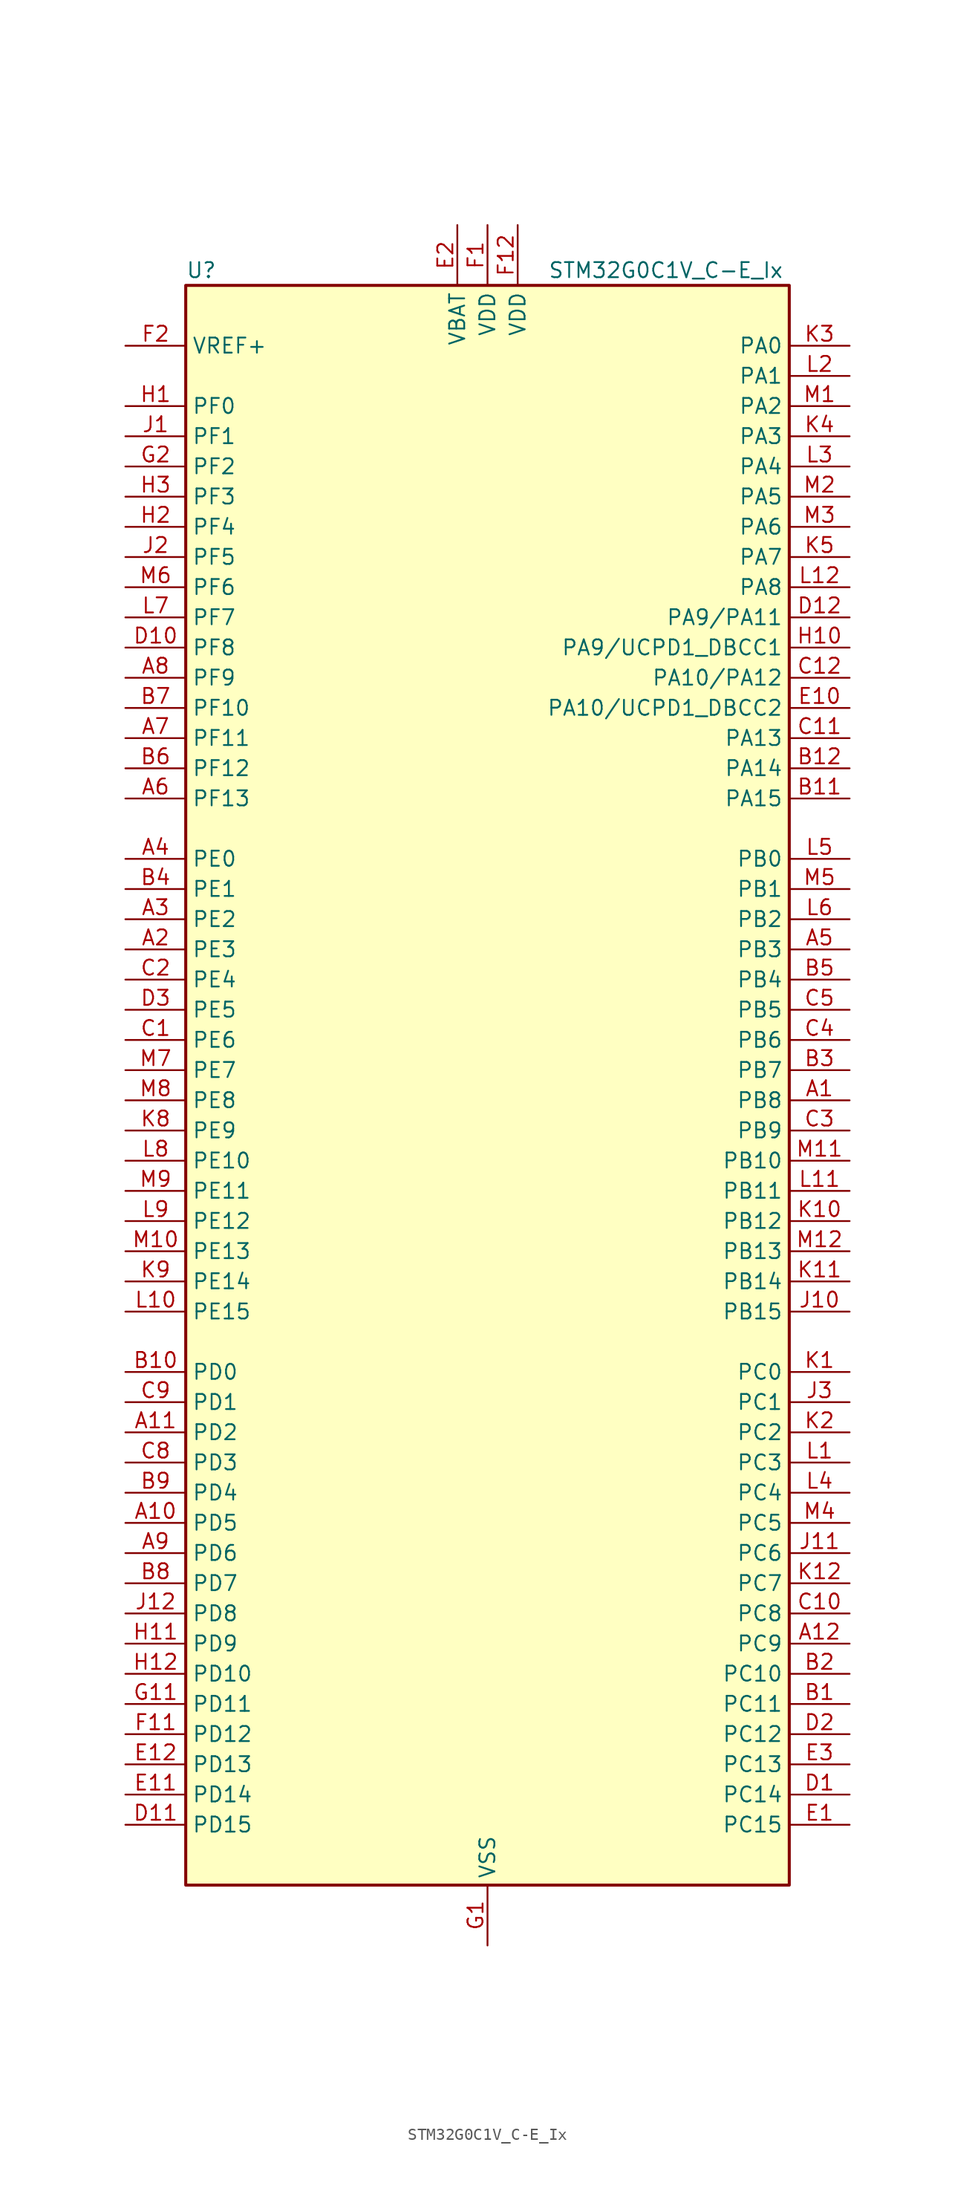
<source format=kicad_sym>
(kicad_symbol_lib
  (version 20231120)
  (generator "kicad-library-utils")
  (generator_version "8.0")
  (symbol "STM32G0C1V_C-E_Ix"
    (property "Reference" "U"
      (at -25.4 69.85 0)
      (effects (font (size 1.27 1.27)) (justify left)))
    (property "Value" "STM32G0C1V_C-E_Ix"
      (at 5.08 69.85 0)
      (effects (font (size 1.27 1.27)) (justify left)))
    (symbol "STM32G0C1V_C-E_Ix_0_1"
      (rectangle (start -25.4 -66.04) (end 25.4 68.58) (stroke (width 0.254) (type default)) (fill (type background))))
    (symbol "STM32G0C1V_C-E_Ix_1_1"
      (pin bidirectional line (at 30.48 0 180) (length 5.08) (name "PB8" (effects (font (size 1.27 1.27)))) (number "A1" (effects (font (size 1.27 1.27)))) (alternate "CEC" bidirectional line) (alternate "FDCAN1_RX" bidirectional line) (alternate "I2C1_SCL" bidirectional line) (alternate "I2S2_CK" bidirectional line) (alternate "SPI2_SCK" bidirectional line) (alternate "TIM15_BK" bidirectional line) (alternate "TIM16_CH1" bidirectional line) (alternate "TIM4_CH3" bidirectional line) (alternate "USART3_TX" bidirectional line) (alternate "USART6_TX" bidirectional line))
      (pin bidirectional line (at -30.48 -35.56 0) (length 5.08) (name "PD5" (effects (font (size 1.27 1.27)))) (number "A10" (effects (font (size 1.27 1.27)))) (alternate "I2S1_MCK" bidirectional line) (alternate "SPI1_MISO" bidirectional line) (alternate "TIM1_BK" bidirectional line) (alternate "USART2_TX" bidirectional line) (alternate "USART5_CTS" bidirectional line) (alternate "USART5_NSS" bidirectional line))
      (pin bidirectional line (at -30.48 -27.94 0) (length 5.08) (name "PD2" (effects (font (size 1.27 1.27)))) (number "A11" (effects (font (size 1.27 1.27)))) (alternate "TIM1_CH1N" bidirectional line) (alternate "TIM3_ETR" bidirectional line) (alternate "UCPD2_CC2" bidirectional line) (alternate "USART3_CK" bidirectional line) (alternate "USART3_DE" bidirectional line) (alternate "USART3_RTS" bidirectional line) (alternate "USART5_RX" bidirectional line))
      (pin bidirectional line (at 30.48 -45.72 180) (length 5.08) (name "PC9" (effects (font (size 1.27 1.27)))) (number "A12" (effects (font (size 1.27 1.27)))) (alternate "DAC1_EXTI9" bidirectional line) (alternate "I2S_CKIN" bidirectional line) (alternate "LPUART2_DE" bidirectional line) (alternate "LPUART2_RTS" bidirectional line) (alternate "TIM1_CH2" bidirectional line) (alternate "TIM3_CH4" bidirectional line) (alternate "USB_NOE" bidirectional line))
      (pin bidirectional line (at -30.48 12.7 0) (length 5.08) (name "PE3" (effects (font (size 1.27 1.27)))) (number "A2" (effects (font (size 1.27 1.27)))) (alternate "TIM3_CH1" bidirectional line))
      (pin bidirectional line (at -30.48 15.24 0) (length 5.08) (name "PE2" (effects (font (size 1.27 1.27)))) (number "A3" (effects (font (size 1.27 1.27)))) (alternate "TIM3_ETR" bidirectional line))
      (pin bidirectional line (at -30.48 20.32 0) (length 5.08) (name "PE0" (effects (font (size 1.27 1.27)))) (number "A4" (effects (font (size 1.27 1.27)))) (alternate "TIM16_CH1" bidirectional line) (alternate "TIM4_ETR" bidirectional line))
      (pin bidirectional line (at 30.48 12.7 180) (length 5.08) (name "PB3" (effects (font (size 1.27 1.27)))) (number "A5" (effects (font (size 1.27 1.27)))) (alternate "COMP2_INM" bidirectional line) (alternate "I2C2_SCL" bidirectional line) (alternate "I2C3_SCL" bidirectional line) (alternate "I2S1_CK" bidirectional line) (alternate "SPI1_SCK" bidirectional line) (alternate "SPI3_SCK" bidirectional line) (alternate "TIM1_CH2" bidirectional line) (alternate "TIM2_CH2" bidirectional line) (alternate "USART1_CK" bidirectional line) (alternate "USART1_DE" bidirectional line) (alternate "USART1_RTS" bidirectional line) (alternate "USART5_TX" bidirectional line))
      (pin bidirectional line (at -30.48 25.4 0) (length 5.08) (name "PF13" (effects (font (size 1.27 1.27)))) (number "A6" (effects (font (size 1.27 1.27)))) (alternate "TIM15_CH2" bidirectional line))
      (pin bidirectional line (at -30.48 30.48 0) (length 5.08) (name "PF11" (effects (font (size 1.27 1.27)))) (number "A7" (effects (font (size 1.27 1.27)))) (alternate "ADC1_EXTI11" bidirectional line) (alternate "USART6_CK" bidirectional line) (alternate "USART6_DE" bidirectional line) (alternate "USART6_RTS" bidirectional line))
      (pin bidirectional line (at -30.48 35.56 0) (length 5.08) (name "PF9" (effects (font (size 1.27 1.27)))) (number "A8" (effects (font (size 1.27 1.27)))) (alternate "DAC1_EXTI9" bidirectional line) (alternate "USART6_TX" bidirectional line))
      (pin bidirectional line (at -30.48 -38.1 0) (length 5.08) (name "PD6" (effects (font (size 1.27 1.27)))) (number "A9" (effects (font (size 1.27 1.27)))) (alternate "I2S1_SD" bidirectional line) (alternate "LPTIM2_OUT" bidirectional line) (alternate "SPI1_MOSI" bidirectional line) (alternate "USART2_RX" bidirectional line))
      (pin bidirectional line (at 30.48 -50.8 180) (length 5.08) (name "PC11" (effects (font (size 1.27 1.27)))) (number "B1" (effects (font (size 1.27 1.27)))) (alternate "ADC1_EXTI11" bidirectional line) (alternate "SPI3_MISO" bidirectional line) (alternate "TIM1_CH4" bidirectional line) (alternate "USART3_RX" bidirectional line) (alternate "USART4_RX" bidirectional line))
      (pin bidirectional line (at -30.48 -22.86 0) (length 5.08) (name "PD0" (effects (font (size 1.27 1.27)))) (number "B10" (effects (font (size 1.27 1.27)))) (alternate "FDCAN1_RX" bidirectional line) (alternate "I2S2_WS" bidirectional line) (alternate "SPI2_NSS" bidirectional line) (alternate "TIM16_CH1" bidirectional line) (alternate "UCPD2_CC1" bidirectional line))
      (pin bidirectional line (at 30.48 25.4 180) (length 5.08) (name "PA15" (effects (font (size 1.27 1.27)))) (number "B11" (effects (font (size 1.27 1.27)))) (alternate "I2C2_SMBA" bidirectional line) (alternate "I2S1_WS" bidirectional line) (alternate "RCC_MCO_2" bidirectional line) (alternate "SPI1_NSS" bidirectional line) (alternate "SPI3_NSS" bidirectional line) (alternate "TIM2_CH1" bidirectional line) (alternate "TIM2_ETR" bidirectional line) (alternate "USART2_RX" bidirectional line) (alternate "USART3_CK" bidirectional line) (alternate "USART3_DE" bidirectional line) (alternate "USART3_RTS" bidirectional line) (alternate "USART4_CK" bidirectional line) (alternate "USART4_DE" bidirectional line) (alternate "USART4_RTS" bidirectional line) (alternate "USB_NOE" bidirectional line))
      (pin bidirectional line (at 30.48 27.94 180) (length 5.08) (name "PA14" (effects (font (size 1.27 1.27)))) (number "B12" (effects (font (size 1.27 1.27)))) (alternate "LPUART2_TX" bidirectional line) (alternate "SYS_SWCLK" bidirectional line) (alternate "USART2_TX" bidirectional line))
      (pin bidirectional line (at 30.48 -48.26 180) (length 5.08) (name "PC10" (effects (font (size 1.27 1.27)))) (number "B2" (effects (font (size 1.27 1.27)))) (alternate "SPI3_SCK" bidirectional line) (alternate "TIM1_CH3" bidirectional line) (alternate "USART3_TX" bidirectional line) (alternate "USART4_TX" bidirectional line))
      (pin bidirectional line (at 30.48 2.54 180) (length 5.08) (name "PB7" (effects (font (size 1.27 1.27)))) (number "B3" (effects (font (size 1.27 1.27)))) (alternate "COMP2_INM" bidirectional line) (alternate "I2C1_SDA" bidirectional line) (alternate "I2S2_SD" bidirectional line) (alternate "LPTIM1_IN2" bidirectional line) (alternate "LPUART2_RX" bidirectional line) (alternate "SPI2_MOSI" bidirectional line) (alternate "SYS_PVD_IN" bidirectional line) (alternate "TIM17_CH1N" bidirectional line) (alternate "TIM4_CH2" bidirectional line) (alternate "USART1_RX" bidirectional line) (alternate "USART4_CTS" bidirectional line) (alternate "USART4_NSS" bidirectional line))
      (pin bidirectional line (at -30.48 17.78 0) (length 5.08) (name "PE1" (effects (font (size 1.27 1.27)))) (number "B4" (effects (font (size 1.27 1.27)))) (alternate "TIM17_CH1" bidirectional line))
      (pin bidirectional line (at 30.48 10.16 180) (length 5.08) (name "PB4" (effects (font (size 1.27 1.27)))) (number "B5" (effects (font (size 1.27 1.27)))) (alternate "COMP2_INP" bidirectional line) (alternate "I2C2_SDA" bidirectional line) (alternate "I2C3_SDA" bidirectional line) (alternate "I2S1_MCK" bidirectional line) (alternate "SPI1_MISO" bidirectional line) (alternate "SPI3_MISO" bidirectional line) (alternate "TIM17_BK" bidirectional line) (alternate "TIM3_CH1" bidirectional line) (alternate "USART1_CTS" bidirectional line) (alternate "USART1_NSS" bidirectional line) (alternate "USART5_RX" bidirectional line))
      (pin bidirectional line (at -30.48 27.94 0) (length 5.08) (name "PF12" (effects (font (size 1.27 1.27)))) (number "B6" (effects (font (size 1.27 1.27)))) (alternate "TIM15_CH1" bidirectional line) (alternate "USART6_CTS" bidirectional line) (alternate "USART6_NSS" bidirectional line))
      (pin bidirectional line (at -30.48 33.02 0) (length 5.08) (name "PF10" (effects (font (size 1.27 1.27)))) (number "B7" (effects (font (size 1.27 1.27)))) (alternate "USART6_RX" bidirectional line))
      (pin bidirectional line (at -30.48 -40.64 0) (length 5.08) (name "PD7" (effects (font (size 1.27 1.27)))) (number "B8" (effects (font (size 1.27 1.27)))) (alternate "RCC_MCO_2" bidirectional line))
      (pin bidirectional line (at -30.48 -33.02 0) (length 5.08) (name "PD4" (effects (font (size 1.27 1.27)))) (number "B9" (effects (font (size 1.27 1.27)))) (alternate "I2S2_SD" bidirectional line) (alternate "SPI2_MOSI" bidirectional line) (alternate "TIM1_CH3N" bidirectional line) (alternate "USART2_CK" bidirectional line) (alternate "USART2_DE" bidirectional line) (alternate "USART2_RTS" bidirectional line) (alternate "USART5_CK" bidirectional line) (alternate "USART5_DE" bidirectional line) (alternate "USART5_RTS" bidirectional line))
      (pin bidirectional line (at -30.48 5.08 0) (length 5.08) (name "PE6" (effects (font (size 1.27 1.27)))) (number "C1" (effects (font (size 1.27 1.27)))) (alternate "RTC_TAMP_IN3" bidirectional line) (alternate "SYS_WKUP3" bidirectional line) (alternate "TIM3_CH4" bidirectional line))
      (pin bidirectional line (at 30.48 -43.18 180) (length 5.08) (name "PC8" (effects (font (size 1.27 1.27)))) (number "C10" (effects (font (size 1.27 1.27)))) (alternate "LPUART2_CTS" bidirectional line) (alternate "TIM1_CH1" bidirectional line) (alternate "TIM3_CH3" bidirectional line) (alternate "UCPD2_FRSTX1" bidirectional line) (alternate "UCPD2_FRSTX2" bidirectional line))
      (pin bidirectional line (at 30.48 30.48 180) (length 5.08) (name "PA13" (effects (font (size 1.27 1.27)))) (number "C11" (effects (font (size 1.27 1.27)))) (alternate "IR_OUT" bidirectional line) (alternate "LPUART2_RX" bidirectional line) (alternate "SYS_SWDIO" bidirectional line) (alternate "USB_NOE" bidirectional line))
      (pin bidirectional line (at 30.48 35.56 180) (length 5.08) (name "PA10/PA12" (effects (font (size 1.27 1.27)))) (number "C12" (effects (font (size 1.27 1.27)))) (alternate "PA10" bidirectional line) (alternate "I2C1_SDA (PA10)" bidirectional line) (alternate "I2C2_SDA (PA10)" bidirectional line) (alternate "I2S2_SD (PA10)" bidirectional line) (alternate "RCC_MCO_2 (PA10)" bidirectional line) (alternate "SPI2_MOSI (PA10)" bidirectional line) (alternate "TIM17_BK (PA10)" bidirectional line) (alternate "TIM1_CH3 (PA10)" bidirectional line) (alternate "UCPD1_DBCC2 (PA10)" bidirectional line) (alternate "USART1_RX (PA10)" bidirectional line) (alternate "PA12" bidirectional line) (alternate "COMP2_OUT (PA12)" bidirectional line) (alternate "FDCAN1_TX (PA12)" bidirectional line) (alternate "I2C2_SDA (PA12)" bidirectional line) (alternate "I2S1_SD (PA12)" bidirectional line) (alternate "I2S_CKIN (PA12)" bidirectional line) (alternate "SPI1_MOSI (PA12)" bidirectional line) (alternate "TIM1_ETR (PA12)" bidirectional line) (alternate "USART1_CK (PA12)" bidirectional line) (alternate "USART1_DE (PA12)" bidirectional line) (alternate "USART1_RTS (PA12)" bidirectional line) (alternate "USB_DP (PA12)" bidirectional line))
      (pin bidirectional line (at -30.48 10.16 0) (length 5.08) (name "PE4" (effects (font (size 1.27 1.27)))) (number "C2" (effects (font (size 1.27 1.27)))) (alternate "TIM3_CH2" bidirectional line))
      (pin bidirectional line (at 30.48 -2.54 180) (length 5.08) (name "PB9" (effects (font (size 1.27 1.27)))) (number "C3" (effects (font (size 1.27 1.27)))) (alternate "DAC1_EXTI9" bidirectional line) (alternate "FDCAN1_TX" bidirectional line) (alternate "I2C1_SDA" bidirectional line) (alternate "I2S2_WS" bidirectional line) (alternate "IR_OUT" bidirectional line) (alternate "SPI2_NSS" bidirectional line) (alternate "TIM17_CH1" bidirectional line) (alternate "TIM4_CH4" bidirectional line) (alternate "UCPD2_FRSTX1" bidirectional line) (alternate "UCPD2_FRSTX2" bidirectional line) (alternate "USART3_RX" bidirectional line) (alternate "USART6_RX" bidirectional line))
      (pin bidirectional line (at 30.48 5.08 180) (length 5.08) (name "PB6" (effects (font (size 1.27 1.27)))) (number "C4" (effects (font (size 1.27 1.27)))) (alternate "COMP2_INP" bidirectional line) (alternate "FDCAN2_TX" bidirectional line) (alternate "I2C1_SCL" bidirectional line) (alternate "I2S2_MCK" bidirectional line) (alternate "LPTIM1_ETR" bidirectional line) (alternate "LPUART2_TX" bidirectional line) (alternate "SPI2_MISO" bidirectional line) (alternate "TIM16_CH1N" bidirectional line) (alternate "TIM1_CH3" bidirectional line) (alternate "TIM4_CH1" bidirectional line) (alternate "USART1_TX" bidirectional line) (alternate "USART5_CTS" bidirectional line) (alternate "USART5_NSS" bidirectional line))
      (pin bidirectional line (at 30.48 7.62 180) (length 5.08) (name "PB5" (effects (font (size 1.27 1.27)))) (number "C5" (effects (font (size 1.27 1.27)))) (alternate "COMP2_OUT" bidirectional line) (alternate "FDCAN2_RX" bidirectional line) (alternate "I2C1_SMBA" bidirectional line) (alternate "I2S1_SD" bidirectional line) (alternate "LPTIM1_IN1" bidirectional line) (alternate "SPI1_MOSI" bidirectional line) (alternate "SPI3_MOSI" bidirectional line) (alternate "SYS_WKUP6" bidirectional line) (alternate "TIM16_BK" bidirectional line) (alternate "TIM3_CH2" bidirectional line) (alternate "USART5_CK" bidirectional line) (alternate "USART5_DE" bidirectional line) (alternate "USART5_RTS" bidirectional line))
      (pin bidirectional line (at -30.48 -30.48 0) (length 5.08) (name "PD3" (effects (font (size 1.27 1.27)))) (number "C8" (effects (font (size 1.27 1.27)))) (alternate "I2S2_MCK" bidirectional line) (alternate "SPI2_MISO" bidirectional line) (alternate "TIM1_CH2N" bidirectional line) (alternate "UCPD2_DBCC2" bidirectional line) (alternate "USART2_CTS" bidirectional line) (alternate "USART2_NSS" bidirectional line) (alternate "USART5_TX" bidirectional line))
      (pin bidirectional line (at -30.48 -25.4 0) (length 5.08) (name "PD1" (effects (font (size 1.27 1.27)))) (number "C9" (effects (font (size 1.27 1.27)))) (alternate "FDCAN1_TX" bidirectional line) (alternate "I2S2_CK" bidirectional line) (alternate "SPI2_SCK" bidirectional line) (alternate "TIM17_CH1" bidirectional line) (alternate "UCPD2_DBCC1" bidirectional line))
      (pin bidirectional line (at 30.48 -58.42 180) (length 5.08) (name "PC14" (effects (font (size 1.27 1.27)))) (number "D1" (effects (font (size 1.27 1.27)))) (alternate "RCC_OSC32_IN" bidirectional line) (alternate "TIM1_BK2" bidirectional line))
      (pin bidirectional line (at -30.48 38.1 0) (length 5.08) (name "PF8" (effects (font (size 1.27 1.27)))) (number "D10" (effects (font (size 1.27 1.27)))))
      (pin bidirectional line (at -30.48 -60.96 0) (length 5.08) (name "PD15" (effects (font (size 1.27 1.27)))) (number "D11" (effects (font (size 1.27 1.27)))) (alternate "CRS1_SYNC" bidirectional line) (alternate "FDCAN2_TX" bidirectional line) (alternate "LPUART2_DE" bidirectional line) (alternate "LPUART2_RTS" bidirectional line) (alternate "TIM4_CH4" bidirectional line))
      (pin bidirectional line (at 30.48 40.64 180) (length 5.08) (name "PA9/PA11" (effects (font (size 1.27 1.27)))) (number "D12" (effects (font (size 1.27 1.27)))) (alternate "PA9" bidirectional line) (alternate "DAC1_EXTI9 (PA9)" bidirectional line) (alternate "I2C1_SCL (PA9)" bidirectional line) (alternate "I2C2_SCL (PA9)" bidirectional line) (alternate "I2S2_MCK (PA9)" bidirectional line) (alternate "RCC_MCO (PA9)" bidirectional line) (alternate "SPI2_MISO (PA9)" bidirectional line) (alternate "TIM15_BK (PA9)" bidirectional line) (alternate "TIM1_CH2 (PA9)" bidirectional line) (alternate "UCPD1_DBCC1 (PA9)" bidirectional line) (alternate "USART1_TX (PA9)" bidirectional line) (alternate "PA11" bidirectional line) (alternate "ADC1_EXTI11 (PA11)" bidirectional line) (alternate "COMP1_OUT (PA11)" bidirectional line) (alternate "FDCAN1_RX (PA11)" bidirectional line) (alternate "I2C2_SCL (PA11)" bidirectional line) (alternate "I2S1_MCK (PA11)" bidirectional line) (alternate "SPI1_MISO (PA11)" bidirectional line) (alternate "TIM1_BK2 (PA11)" bidirectional line) (alternate "TIM1_CH4 (PA11)" bidirectional line) (alternate "USART1_CTS (PA11)" bidirectional line) (alternate "USART1_NSS (PA11)" bidirectional line) (alternate "USB_DM (PA11)" bidirectional line))
      (pin bidirectional line (at 30.48 -53.34 180) (length 5.08) (name "PC12" (effects (font (size 1.27 1.27)))) (number "D2" (effects (font (size 1.27 1.27)))) (alternate "LPTIM1_IN1" bidirectional line) (alternate "SPI3_MOSI" bidirectional line) (alternate "TIM14_CH1" bidirectional line) (alternate "UCPD1_FRSTX1" bidirectional line) (alternate "UCPD1_FRSTX2" bidirectional line) (alternate "USART5_TX" bidirectional line))
      (pin bidirectional line (at -30.48 7.62 0) (length 5.08) (name "PE5" (effects (font (size 1.27 1.27)))) (number "D3" (effects (font (size 1.27 1.27)))) (alternate "TIM3_CH3" bidirectional line))
      (pin bidirectional line (at 30.48 -60.96 180) (length 5.08) (name "PC15" (effects (font (size 1.27 1.27)))) (number "E1" (effects (font (size 1.27 1.27)))) (alternate "RCC_OSC32_EN" bidirectional line) (alternate "RCC_OSC32_OUT" bidirectional line) (alternate "RCC_OSC_EN" bidirectional line) (alternate "TIM15_BK" bidirectional line))
      (pin bidirectional line (at 30.48 33.02 180) (length 5.08) (name "PA10/UCPD1_DBCC2" (effects (font (size 1.27 1.27)))) (number "E10" (effects (font (size 1.27 1.27)))) (alternate "PA10" bidirectional line) (alternate "I2C1_SDA (PA10)" bidirectional line) (alternate "I2C2_SDA (PA10)" bidirectional line) (alternate "I2S2_SD (PA10)" bidirectional line) (alternate "RCC_MCO_2 (PA10)" bidirectional line) (alternate "SPI2_MOSI (PA10)" bidirectional line) (alternate "TIM17_BK (PA10)" bidirectional line) (alternate "TIM1_CH3 (PA10)" bidirectional line) (alternate "UCPD1_DBCC2 (PA10)" bidirectional line) (alternate "USART1_RX (PA10)" bidirectional line) (alternate "UCPD1_DBCC2" bidirectional line) (alternate "UCPD1_DBCC2 (UCPD1_DBCC2)" bidirectional line))
      (pin bidirectional line (at -30.48 -58.42 0) (length 5.08) (name "PD14" (effects (font (size 1.27 1.27)))) (number "E11" (effects (font (size 1.27 1.27)))) (alternate "FDCAN2_RX" bidirectional line) (alternate "LPUART2_CTS" bidirectional line) (alternate "TIM4_CH3" bidirectional line))
      (pin bidirectional line (at -30.48 -55.88 0) (length 5.08) (name "PD13" (effects (font (size 1.27 1.27)))) (number "E12" (effects (font (size 1.27 1.27)))) (alternate "FDCAN1_TX" bidirectional line) (alternate "LPTIM2_OUT" bidirectional line) (alternate "TIM4_CH2" bidirectional line))
      (pin power_in line (at -2.54 73.66 270) (length 5.08) (name "VBAT" (effects (font (size 1.27 1.27)))) (number "E2" (effects (font (size 1.27 1.27)))))
      (pin bidirectional line (at 30.48 -55.88 180) (length 5.08) (name "PC13" (effects (font (size 1.27 1.27)))) (number "E3" (effects (font (size 1.27 1.27)))) (alternate "RTC_OUT1" bidirectional line) (alternate "RTC_TAMP_IN1" bidirectional line) (alternate "RTC_TS" bidirectional line) (alternate "SYS_WKUP2" bidirectional line) (alternate "TIM1_BK" bidirectional line))
      (pin power_in line (at 0 73.66 270) (length 5.08) (name "VDD" (effects (font (size 1.27 1.27)))) (number "F1" (effects (font (size 1.27 1.27)))))
      (pin bidirectional line (at -30.48 -53.34 0) (length 5.08) (name "PD12" (effects (font (size 1.27 1.27)))) (number "F11" (effects (font (size 1.27 1.27)))) (alternate "FDCAN1_RX" bidirectional line) (alternate "LPTIM2_IN1" bidirectional line) (alternate "TIM4_CH1" bidirectional line) (alternate "USART3_CK" bidirectional line) (alternate "USART3_DE" bidirectional line) (alternate "USART3_RTS" bidirectional line))
      (pin power_in line (at 2.54 73.66 270) (length 5.08) (name "VDD" (effects (font (size 1.27 1.27)))) (number "F12" (effects (font (size 1.27 1.27)))))
      (pin input line (at -30.48 63.5 0) (length 5.08) (name "VREF+" (effects (font (size 1.27 1.27)))) (number "F2" (effects (font (size 1.27 1.27)))) (alternate "VREFBUF_OUT" bidirectional line))
      (pin power_in line (at 0 -71.12 90) (length 5.08) (name "VSS" (effects (font (size 1.27 1.27)))) (number "G1" (effects (font (size 1.27 1.27)))))
      (pin bidirectional line (at -30.48 -50.8 0) (length 5.08) (name "PD11" (effects (font (size 1.27 1.27)))) (number "G11" (effects (font (size 1.27 1.27)))) (alternate "ADC1_EXTI11" bidirectional line) (alternate "LPTIM2_ETR" bidirectional line) (alternate "USART3_CTS" bidirectional line) (alternate "USART3_NSS" bidirectional line))
      (pin passive line (at 0 -71.12 90) (length 5.08) hide (name "VSS" (effects (font (size 1.27 1.27)))) (number "G12" (effects (font (size 1.27 1.27)))))
      (pin bidirectional line (at -30.48 53.34 0) (length 5.08) (name "PF2" (effects (font (size 1.27 1.27)))) (number "G2" (effects (font (size 1.27 1.27)))) (alternate "LPUART2_DE" bidirectional line) (alternate "LPUART2_RTS" bidirectional line) (alternate "LPUART2_TX" bidirectional line) (alternate "RCC_MCO" bidirectional line))
      (pin bidirectional line (at -30.48 58.42 0) (length 5.08) (name "PF0" (effects (font (size 1.27 1.27)))) (number "H1" (effects (font (size 1.27 1.27)))) (alternate "CRS1_SYNC" bidirectional line) (alternate "RCC_OSC_IN" bidirectional line) (alternate "TIM14_CH1" bidirectional line))
      (pin bidirectional line (at 30.48 38.1 180) (length 5.08) (name "PA9/UCPD1_DBCC1" (effects (font (size 1.27 1.27)))) (number "H10" (effects (font (size 1.27 1.27)))) (alternate "PA9" bidirectional line) (alternate "DAC1_EXTI9 (PA9)" bidirectional line) (alternate "I2C1_SCL (PA9)" bidirectional line) (alternate "I2C2_SCL (PA9)" bidirectional line) (alternate "I2S2_MCK (PA9)" bidirectional line) (alternate "RCC_MCO (PA9)" bidirectional line) (alternate "SPI2_MISO (PA9)" bidirectional line) (alternate "TIM15_BK (PA9)" bidirectional line) (alternate "TIM1_CH2 (PA9)" bidirectional line) (alternate "UCPD1_DBCC1 (PA9)" bidirectional line) (alternate "USART1_TX (PA9)" bidirectional line) (alternate "UCPD1_DBCC1" bidirectional line) (alternate "UCPD1_DBCC1 (UCPD1_DBCC1)" bidirectional line))
      (pin bidirectional line (at -30.48 -45.72 0) (length 5.08) (name "PD9" (effects (font (size 1.27 1.27)))) (number "H11" (effects (font (size 1.27 1.27)))) (alternate "DAC1_EXTI9" bidirectional line) (alternate "I2S1_WS" bidirectional line) (alternate "SPI1_NSS" bidirectional line) (alternate "TIM1_BK2" bidirectional line) (alternate "USART3_RX" bidirectional line))
      (pin bidirectional line (at -30.48 -48.26 0) (length 5.08) (name "PD10" (effects (font (size 1.27 1.27)))) (number "H12" (effects (font (size 1.27 1.27)))) (alternate "RCC_MCO" bidirectional line))
      (pin bidirectional line (at -30.48 48.26 0) (length 5.08) (name "PF4" (effects (font (size 1.27 1.27)))) (number "H2" (effects (font (size 1.27 1.27)))) (alternate "LPUART1_TX" bidirectional line))
      (pin bidirectional line (at -30.48 50.8 0) (length 5.08) (name "PF3" (effects (font (size 1.27 1.27)))) (number "H3" (effects (font (size 1.27 1.27)))) (alternate "LPUART2_RX" bidirectional line) (alternate "USART6_CK" bidirectional line) (alternate "USART6_DE" bidirectional line) (alternate "USART6_RTS" bidirectional line))
      (pin bidirectional line (at -30.48 55.88 0) (length 5.08) (name "PF1" (effects (font (size 1.27 1.27)))) (number "J1" (effects (font (size 1.27 1.27)))) (alternate "RCC_OSC_EN" bidirectional line) (alternate "RCC_OSC_OUT" bidirectional line) (alternate "TIM15_CH1N" bidirectional line))
      (pin bidirectional line (at 30.48 -17.78 180) (length 5.08) (name "PB15" (effects (font (size 1.27 1.27)))) (number "J10" (effects (font (size 1.27 1.27)))) (alternate "I2S2_SD" bidirectional line) (alternate "RTC_REFIN" bidirectional line) (alternate "SPI2_MOSI" bidirectional line) (alternate "TIM15_CH1N" bidirectional line) (alternate "TIM15_CH2" bidirectional line) (alternate "TIM1_CH3N" bidirectional line) (alternate "UCPD1_CC2" bidirectional line) (alternate "USART6_CTS" bidirectional line) (alternate "USART6_NSS" bidirectional line))
      (pin bidirectional line (at 30.48 -38.1 180) (length 5.08) (name "PC6" (effects (font (size 1.27 1.27)))) (number "J11" (effects (font (size 1.27 1.27)))) (alternate "LPUART2_TX" bidirectional line) (alternate "TIM2_CH3" bidirectional line) (alternate "TIM3_CH1" bidirectional line) (alternate "UCPD1_FRSTX1" bidirectional line) (alternate "UCPD1_FRSTX2" bidirectional line))
      (pin bidirectional line (at -30.48 -43.18 0) (length 5.08) (name "PD8" (effects (font (size 1.27 1.27)))) (number "J12" (effects (font (size 1.27 1.27)))) (alternate "I2S1_CK" bidirectional line) (alternate "LPTIM1_OUT" bidirectional line) (alternate "SPI1_SCK" bidirectional line) (alternate "USART3_TX" bidirectional line))
      (pin bidirectional line (at -30.48 45.72 0) (length 5.08) (name "PF5" (effects (font (size 1.27 1.27)))) (number "J2" (effects (font (size 1.27 1.27)))) (alternate "LPUART1_RX" bidirectional line))
      (pin bidirectional line (at 30.48 -25.4 180) (length 5.08) (name "PC1" (effects (font (size 1.27 1.27)))) (number "J3" (effects (font (size 1.27 1.27)))) (alternate "COMP3_INP" bidirectional line) (alternate "I2C3_SDA" bidirectional line) (alternate "LPTIM1_OUT" bidirectional line) (alternate "LPUART1_TX" bidirectional line) (alternate "LPUART2_RX" bidirectional line) (alternate "TIM15_CH1" bidirectional line) (alternate "USART6_RX" bidirectional line))
      (pin bidirectional line (at 30.48 -22.86 180) (length 5.08) (name "PC0" (effects (font (size 1.27 1.27)))) (number "K1" (effects (font (size 1.27 1.27)))) (alternate "COMP3_INM" bidirectional line) (alternate "COMP3_OUT" bidirectional line) (alternate "I2C3_SCL" bidirectional line) (alternate "LPTIM1_IN1" bidirectional line) (alternate "LPTIM2_IN1" bidirectional line) (alternate "LPUART1_RX" bidirectional line) (alternate "LPUART2_TX" bidirectional line) (alternate "USART6_TX" bidirectional line))
      (pin bidirectional line (at 30.48 -10.16 180) (length 5.08) (name "PB12" (effects (font (size 1.27 1.27)))) (number "K10" (effects (font (size 1.27 1.27)))) (alternate "ADC1_IN16" bidirectional line) (alternate "FDCAN2_RX" bidirectional line) (alternate "I2C2_SMBA" bidirectional line) (alternate "I2S2_WS" bidirectional line) (alternate "LPUART1_DE" bidirectional line) (alternate "LPUART1_RTS" bidirectional line) (alternate "SPI2_NSS" bidirectional line) (alternate "TIM15_BK" bidirectional line) (alternate "TIM1_BK" bidirectional line) (alternate "UCPD2_FRSTX1" bidirectional line) (alternate "UCPD2_FRSTX2" bidirectional line))
      (pin bidirectional line (at 30.48 -15.24 180) (length 5.08) (name "PB14" (effects (font (size 1.27 1.27)))) (number "K11" (effects (font (size 1.27 1.27)))) (alternate "I2C2_SDA" bidirectional line) (alternate "I2S2_MCK" bidirectional line) (alternate "SPI2_MISO" bidirectional line) (alternate "TIM15_CH1" bidirectional line) (alternate "TIM1_CH2N" bidirectional line) (alternate "UCPD1_FRSTX1" bidirectional line) (alternate "UCPD1_FRSTX2" bidirectional line) (alternate "USART3_CK" bidirectional line) (alternate "USART3_DE" bidirectional line) (alternate "USART3_RTS" bidirectional line) (alternate "USART6_CK" bidirectional line) (alternate "USART6_DE" bidirectional line) (alternate "USART6_RTS" bidirectional line))
      (pin bidirectional line (at 30.48 -40.64 180) (length 5.08) (name "PC7" (effects (font (size 1.27 1.27)))) (number "K12" (effects (font (size 1.27 1.27)))) (alternate "LPUART2_RX" bidirectional line) (alternate "TIM2_CH4" bidirectional line) (alternate "TIM3_CH2" bidirectional line) (alternate "UCPD2_FRSTX1" bidirectional line) (alternate "UCPD2_FRSTX2" bidirectional line))
      (pin bidirectional line (at 30.48 -27.94 180) (length 5.08) (name "PC2" (effects (font (size 1.27 1.27)))) (number "K2" (effects (font (size 1.27 1.27)))) (alternate "COMP3_OUT" bidirectional line) (alternate "FDCAN2_RX" bidirectional line) (alternate "I2S2_MCK" bidirectional line) (alternate "LPTIM1_IN2" bidirectional line) (alternate "SPI2_MISO" bidirectional line) (alternate "TIM15_CH2" bidirectional line))
      (pin bidirectional line (at 30.48 63.5 180) (length 5.08) (name "PA0" (effects (font (size 1.27 1.27)))) (number "K3" (effects (font (size 1.27 1.27)))) (alternate "ADC1_IN0" bidirectional line) (alternate "COMP1_INM" bidirectional line) (alternate "COMP1_OUT" bidirectional line) (alternate "I2S2_CK" bidirectional line) (alternate "LPTIM1_OUT" bidirectional line) (alternate "RTC_TAMP_IN2" bidirectional line) (alternate "SPI2_SCK" bidirectional line) (alternate "SYS_WKUP1" bidirectional line) (alternate "TIM2_CH1" bidirectional line) (alternate "TIM2_ETR" bidirectional line) (alternate "UCPD2_FRSTX1" bidirectional line) (alternate "UCPD2_FRSTX2" bidirectional line) (alternate "USART2_CTS" bidirectional line) (alternate "USART2_NSS" bidirectional line) (alternate "USART4_TX" bidirectional line))
      (pin bidirectional line (at 30.48 55.88 180) (length 5.08) (name "PA3" (effects (font (size 1.27 1.27)))) (number "K4" (effects (font (size 1.27 1.27)))) (alternate "ADC1_IN3" bidirectional line) (alternate "COMP2_INP" bidirectional line) (alternate "I2S2_MCK" bidirectional line) (alternate "LPUART1_RX" bidirectional line) (alternate "SPI2_MISO" bidirectional line) (alternate "TIM15_CH2" bidirectional line) (alternate "TIM2_CH4" bidirectional line) (alternate "UCPD2_FRSTX1" bidirectional line) (alternate "UCPD2_FRSTX2" bidirectional line) (alternate "USART2_RX" bidirectional line))
      (pin bidirectional line (at 30.48 45.72 180) (length 5.08) (name "PA7" (effects (font (size 1.27 1.27)))) (number "K5" (effects (font (size 1.27 1.27)))) (alternate "ADC1_IN7" bidirectional line) (alternate "COMP2_OUT" bidirectional line) (alternate "I2C2_SCL" bidirectional line) (alternate "I2C3_SCL" bidirectional line) (alternate "I2S1_SD" bidirectional line) (alternate "SPI1_MOSI" bidirectional line) (alternate "TIM14_CH1" bidirectional line) (alternate "TIM17_CH1" bidirectional line) (alternate "TIM1_CH1N" bidirectional line) (alternate "TIM3_CH2" bidirectional line) (alternate "UCPD1_FRSTX1" bidirectional line) (alternate "UCPD1_FRSTX2" bidirectional line) (alternate "USART6_CK" bidirectional line) (alternate "USART6_DE" bidirectional line) (alternate "USART6_RTS" bidirectional line))
      (pin bidirectional line (at -30.48 -2.54 0) (length 5.08) (name "PE9" (effects (font (size 1.27 1.27)))) (number "K8" (effects (font (size 1.27 1.27)))) (alternate "DAC1_EXTI9" bidirectional line) (alternate "TIM1_CH1" bidirectional line) (alternate "USART4_RX" bidirectional line))
      (pin bidirectional line (at -30.48 -15.24 0) (length 5.08) (name "PE14" (effects (font (size 1.27 1.27)))) (number "K9" (effects (font (size 1.27 1.27)))) (alternate "I2S1_MCK" bidirectional line) (alternate "SPI1_MISO" bidirectional line) (alternate "TIM1_BK2" bidirectional line) (alternate "TIM1_CH4" bidirectional line))
      (pin bidirectional line (at 30.48 -30.48 180) (length 5.08) (name "PC3" (effects (font (size 1.27 1.27)))) (number "L1" (effects (font (size 1.27 1.27)))) (alternate "FDCAN2_TX" bidirectional line) (alternate "I2S2_SD" bidirectional line) (alternate "LPTIM1_ETR" bidirectional line) (alternate "LPTIM2_ETR" bidirectional line) (alternate "SPI2_MOSI" bidirectional line))
      (pin bidirectional line (at -30.48 -17.78 0) (length 5.08) (name "PE15" (effects (font (size 1.27 1.27)))) (number "L10" (effects (font (size 1.27 1.27)))) (alternate "I2S1_SD" bidirectional line) (alternate "SPI1_MOSI" bidirectional line) (alternate "TIM1_BK" bidirectional line))
      (pin bidirectional line (at 30.48 -7.62 180) (length 5.08) (name "PB11" (effects (font (size 1.27 1.27)))) (number "L11" (effects (font (size 1.27 1.27)))) (alternate "ADC1_EXTI11" bidirectional line) (alternate "ADC1_IN15" bidirectional line) (alternate "COMP2_OUT" bidirectional line) (alternate "I2C2_SDA" bidirectional line) (alternate "I2S2_SD" bidirectional line) (alternate "LPUART1_TX" bidirectional line) (alternate "SPI2_MOSI" bidirectional line) (alternate "TIM2_CH4" bidirectional line) (alternate "USART3_RX" bidirectional line))
      (pin bidirectional line (at 30.48 43.18 180) (length 5.08) (name "PA8" (effects (font (size 1.27 1.27)))) (number "L12" (effects (font (size 1.27 1.27)))) (alternate "CRS1_SYNC" bidirectional line) (alternate "I2C2_SMBA" bidirectional line) (alternate "I2S2_WS" bidirectional line) (alternate "LPTIM2_OUT" bidirectional line) (alternate "RCC_MCO" bidirectional line) (alternate "SPI2_NSS" bidirectional line) (alternate "TIM1_CH1" bidirectional line) (alternate "UCPD1_CC1" bidirectional line))
      (pin bidirectional line (at 30.48 60.96 180) (length 5.08) (name "PA1" (effects (font (size 1.27 1.27)))) (number "L2" (effects (font (size 1.27 1.27)))) (alternate "ADC1_IN1" bidirectional line) (alternate "COMP1_INP" bidirectional line) (alternate "I2C1_SMBA" bidirectional line) (alternate "I2S1_CK" bidirectional line) (alternate "SPI1_SCK" bidirectional line) (alternate "TIM15_CH1N" bidirectional line) (alternate "TIM2_CH2" bidirectional line) (alternate "USART2_CK" bidirectional line) (alternate "USART2_DE" bidirectional line) (alternate "USART2_RTS" bidirectional line) (alternate "USART4_RX" bidirectional line))
      (pin bidirectional line (at 30.48 53.34 180) (length 5.08) (name "PA4" (effects (font (size 1.27 1.27)))) (number "L3" (effects (font (size 1.27 1.27)))) (alternate "ADC1_IN4" bidirectional line) (alternate "DAC1_OUT1" bidirectional line) (alternate "I2S1_WS" bidirectional line) (alternate "I2S2_SD" bidirectional line) (alternate "LPTIM2_OUT" bidirectional line) (alternate "RTC_OUT2" bidirectional line) (alternate "SPI1_NSS" bidirectional line) (alternate "SPI2_MOSI" bidirectional line) (alternate "SPI3_NSS" bidirectional line) (alternate "TIM14_CH1" bidirectional line) (alternate "UCPD2_FRSTX1" bidirectional line) (alternate "UCPD2_FRSTX2" bidirectional line) (alternate "USART6_TX" bidirectional line) (alternate "USB_NOE" bidirectional line))
      (pin bidirectional line (at 30.48 -33.02 180) (length 5.08) (name "PC4" (effects (font (size 1.27 1.27)))) (number "L4" (effects (font (size 1.27 1.27)))) (alternate "ADC1_IN17" bidirectional line) (alternate "COMP1_INM" bidirectional line) (alternate "FDCAN1_RX" bidirectional line) (alternate "TIM2_CH1" bidirectional line) (alternate "TIM2_ETR" bidirectional line) (alternate "USART1_TX" bidirectional line) (alternate "USART3_TX" bidirectional line))
      (pin bidirectional line (at 30.48 20.32 180) (length 5.08) (name "PB0" (effects (font (size 1.27 1.27)))) (number "L5" (effects (font (size 1.27 1.27)))) (alternate "ADC1_IN8" bidirectional line) (alternate "COMP1_OUT" bidirectional line) (alternate "COMP3_INP" bidirectional line) (alternate "FDCAN2_RX" bidirectional line) (alternate "I2S1_WS" bidirectional line) (alternate "LPTIM1_OUT" bidirectional line) (alternate "LPUART2_CTS" bidirectional line) (alternate "SPI1_NSS" bidirectional line) (alternate "TIM1_CH2N" bidirectional line) (alternate "TIM3_CH3" bidirectional line) (alternate "UCPD1_FRSTX1" bidirectional line) (alternate "UCPD1_FRSTX2" bidirectional line) (alternate "USART3_RX" bidirectional line) (alternate "USART5_TX" bidirectional line))
      (pin bidirectional line (at 30.48 15.24 180) (length 5.08) (name "PB2" (effects (font (size 1.27 1.27)))) (number "L6" (effects (font (size 1.27 1.27)))) (alternate "ADC1_IN10" bidirectional line) (alternate "COMP1_INP" bidirectional line) (alternate "COMP3_INM" bidirectional line) (alternate "I2S2_MCK" bidirectional line) (alternate "LPTIM1_OUT" bidirectional line) (alternate "RCC_MCO_2" bidirectional line) (alternate "SPI2_MISO" bidirectional line) (alternate "USART3_TX" bidirectional line))
      (pin bidirectional line (at -30.48 40.64 0) (length 5.08) (name "PF7" (effects (font (size 1.27 1.27)))) (number "L7" (effects (font (size 1.27 1.27)))) (alternate "LPUART1_CTS" bidirectional line) (alternate "USART5_CTS" bidirectional line) (alternate "USART5_NSS" bidirectional line))
      (pin bidirectional line (at -30.48 -5.08 0) (length 5.08) (name "PE10" (effects (font (size 1.27 1.27)))) (number "L8" (effects (font (size 1.27 1.27)))) (alternate "TIM1_CH2N" bidirectional line) (alternate "USART5_TX" bidirectional line))
      (pin bidirectional line (at -30.48 -10.16 0) (length 5.08) (name "PE12" (effects (font (size 1.27 1.27)))) (number "L9" (effects (font (size 1.27 1.27)))) (alternate "I2S1_WS" bidirectional line) (alternate "SPI1_NSS" bidirectional line) (alternate "TIM1_CH3N" bidirectional line))
      (pin bidirectional line (at 30.48 58.42 180) (length 5.08) (name "PA2" (effects (font (size 1.27 1.27)))) (number "M1" (effects (font (size 1.27 1.27)))) (alternate "ADC1_IN2" bidirectional line) (alternate "COMP2_INM" bidirectional line) (alternate "COMP2_OUT" bidirectional line) (alternate "I2S1_SD" bidirectional line) (alternate "LPUART1_TX" bidirectional line) (alternate "RCC_LSCO" bidirectional line) (alternate "SPI1_MOSI" bidirectional line) (alternate "SYS_WKUP4" bidirectional line) (alternate "TIM15_CH1" bidirectional line) (alternate "TIM2_CH3" bidirectional line) (alternate "UCPD1_FRSTX1" bidirectional line) (alternate "UCPD1_FRSTX2" bidirectional line) (alternate "USART2_TX" bidirectional line))
      (pin bidirectional line (at -30.48 -12.7 0) (length 5.08) (name "PE13" (effects (font (size 1.27 1.27)))) (number "M10" (effects (font (size 1.27 1.27)))) (alternate "I2S1_CK" bidirectional line) (alternate "SPI1_SCK" bidirectional line) (alternate "TIM1_CH3" bidirectional line))
      (pin bidirectional line (at 30.48 -5.08 180) (length 5.08) (name "PB10" (effects (font (size 1.27 1.27)))) (number "M11" (effects (font (size 1.27 1.27)))) (alternate "ADC1_IN11" bidirectional line) (alternate "CEC" bidirectional line) (alternate "COMP1_OUT" bidirectional line) (alternate "I2C2_SCL" bidirectional line) (alternate "I2S2_CK" bidirectional line) (alternate "LPUART1_RX" bidirectional line) (alternate "SPI2_SCK" bidirectional line) (alternate "TIM2_CH3" bidirectional line) (alternate "USART3_TX" bidirectional line))
      (pin bidirectional line (at 30.48 -12.7 180) (length 5.08) (name "PB13" (effects (font (size 1.27 1.27)))) (number "M12" (effects (font (size 1.27 1.27)))) (alternate "FDCAN2_TX" bidirectional line) (alternate "I2C2_SCL" bidirectional line) (alternate "I2S2_CK" bidirectional line) (alternate "LPUART1_CTS" bidirectional line) (alternate "SPI2_SCK" bidirectional line) (alternate "TIM15_CH1N" bidirectional line) (alternate "TIM1_CH1N" bidirectional line) (alternate "USART3_CTS" bidirectional line) (alternate "USART3_NSS" bidirectional line))
      (pin bidirectional line (at 30.48 50.8 180) (length 5.08) (name "PA5" (effects (font (size 1.27 1.27)))) (number "M2" (effects (font (size 1.27 1.27)))) (alternate "ADC1_IN5" bidirectional line) (alternate "CEC" bidirectional line) (alternate "DAC1_OUT2" bidirectional line) (alternate "I2S1_CK" bidirectional line) (alternate "LPTIM2_ETR" bidirectional line) (alternate "SPI1_SCK" bidirectional line) (alternate "TIM2_CH1" bidirectional line) (alternate "TIM2_ETR" bidirectional line) (alternate "UCPD1_FRSTX1" bidirectional line) (alternate "UCPD1_FRSTX2" bidirectional line) (alternate "USART3_TX" bidirectional line) (alternate "USART6_RX" bidirectional line))
      (pin bidirectional line (at 30.48 48.26 180) (length 5.08) (name "PA6" (effects (font (size 1.27 1.27)))) (number "M3" (effects (font (size 1.27 1.27)))) (alternate "ADC1_IN6" bidirectional line) (alternate "COMP1_OUT" bidirectional line) (alternate "I2C2_SDA" bidirectional line) (alternate "I2C3_SDA" bidirectional line) (alternate "I2S1_MCK" bidirectional line) (alternate "LPUART1_CTS" bidirectional line) (alternate "SPI1_MISO" bidirectional line) (alternate "TIM16_CH1" bidirectional line) (alternate "TIM1_BK" bidirectional line) (alternate "TIM3_CH1" bidirectional line) (alternate "USART3_CTS" bidirectional line) (alternate "USART3_NSS" bidirectional line) (alternate "USART6_CTS" bidirectional line) (alternate "USART6_NSS" bidirectional line))
      (pin bidirectional line (at 30.48 -35.56 180) (length 5.08) (name "PC5" (effects (font (size 1.27 1.27)))) (number "M4" (effects (font (size 1.27 1.27)))) (alternate "ADC1_IN18" bidirectional line) (alternate "COMP1_INP" bidirectional line) (alternate "FDCAN1_TX" bidirectional line) (alternate "SYS_WKUP5" bidirectional line) (alternate "TIM2_CH2" bidirectional line) (alternate "USART1_RX" bidirectional line) (alternate "USART3_RX" bidirectional line))
      (pin bidirectional line (at 30.48 17.78 180) (length 5.08) (name "PB1" (effects (font (size 1.27 1.27)))) (number "M5" (effects (font (size 1.27 1.27)))) (alternate "ADC1_IN9" bidirectional line) (alternate "COMP1_INM" bidirectional line) (alternate "COMP3_OUT" bidirectional line) (alternate "FDCAN2_TX" bidirectional line) (alternate "LPTIM2_IN1" bidirectional line) (alternate "LPUART1_DE" bidirectional line) (alternate "LPUART1_RTS" bidirectional line) (alternate "LPUART2_DE" bidirectional line) (alternate "LPUART2_RTS" bidirectional line) (alternate "TIM14_CH1" bidirectional line) (alternate "TIM1_CH3N" bidirectional line) (alternate "TIM3_CH4" bidirectional line) (alternate "USART3_CK" bidirectional line) (alternate "USART3_DE" bidirectional line) (alternate "USART3_RTS" bidirectional line) (alternate "USART5_RX" bidirectional line))
      (pin bidirectional line (at -30.48 43.18 0) (length 5.08) (name "PF6" (effects (font (size 1.27 1.27)))) (number "M6" (effects (font (size 1.27 1.27)))) (alternate "LPUART1_DE" bidirectional line) (alternate "LPUART1_RTS" bidirectional line))
      (pin bidirectional line (at -30.48 2.54 0) (length 5.08) (name "PE7" (effects (font (size 1.27 1.27)))) (number "M7" (effects (font (size 1.27 1.27)))) (alternate "COMP3_INP" bidirectional line) (alternate "TIM1_ETR" bidirectional line) (alternate "USART5_CK" bidirectional line) (alternate "USART5_DE" bidirectional line) (alternate "USART5_RTS" bidirectional line))
      (pin bidirectional line (at -30.48 0 0) (length 5.08) (name "PE8" (effects (font (size 1.27 1.27)))) (number "M8" (effects (font (size 1.27 1.27)))) (alternate "COMP3_INM" bidirectional line) (alternate "TIM1_CH1N" bidirectional line) (alternate "USART4_TX" bidirectional line))
      (pin bidirectional line (at -30.48 -7.62 0) (length 5.08) (name "PE11" (effects (font (size 1.27 1.27)))) (number "M9" (effects (font (size 1.27 1.27)))) (alternate "ADC1_EXTI11" bidirectional line) (alternate "TIM1_CH2" bidirectional line) (alternate "USART5_RX" bidirectional line)))))
</source>
